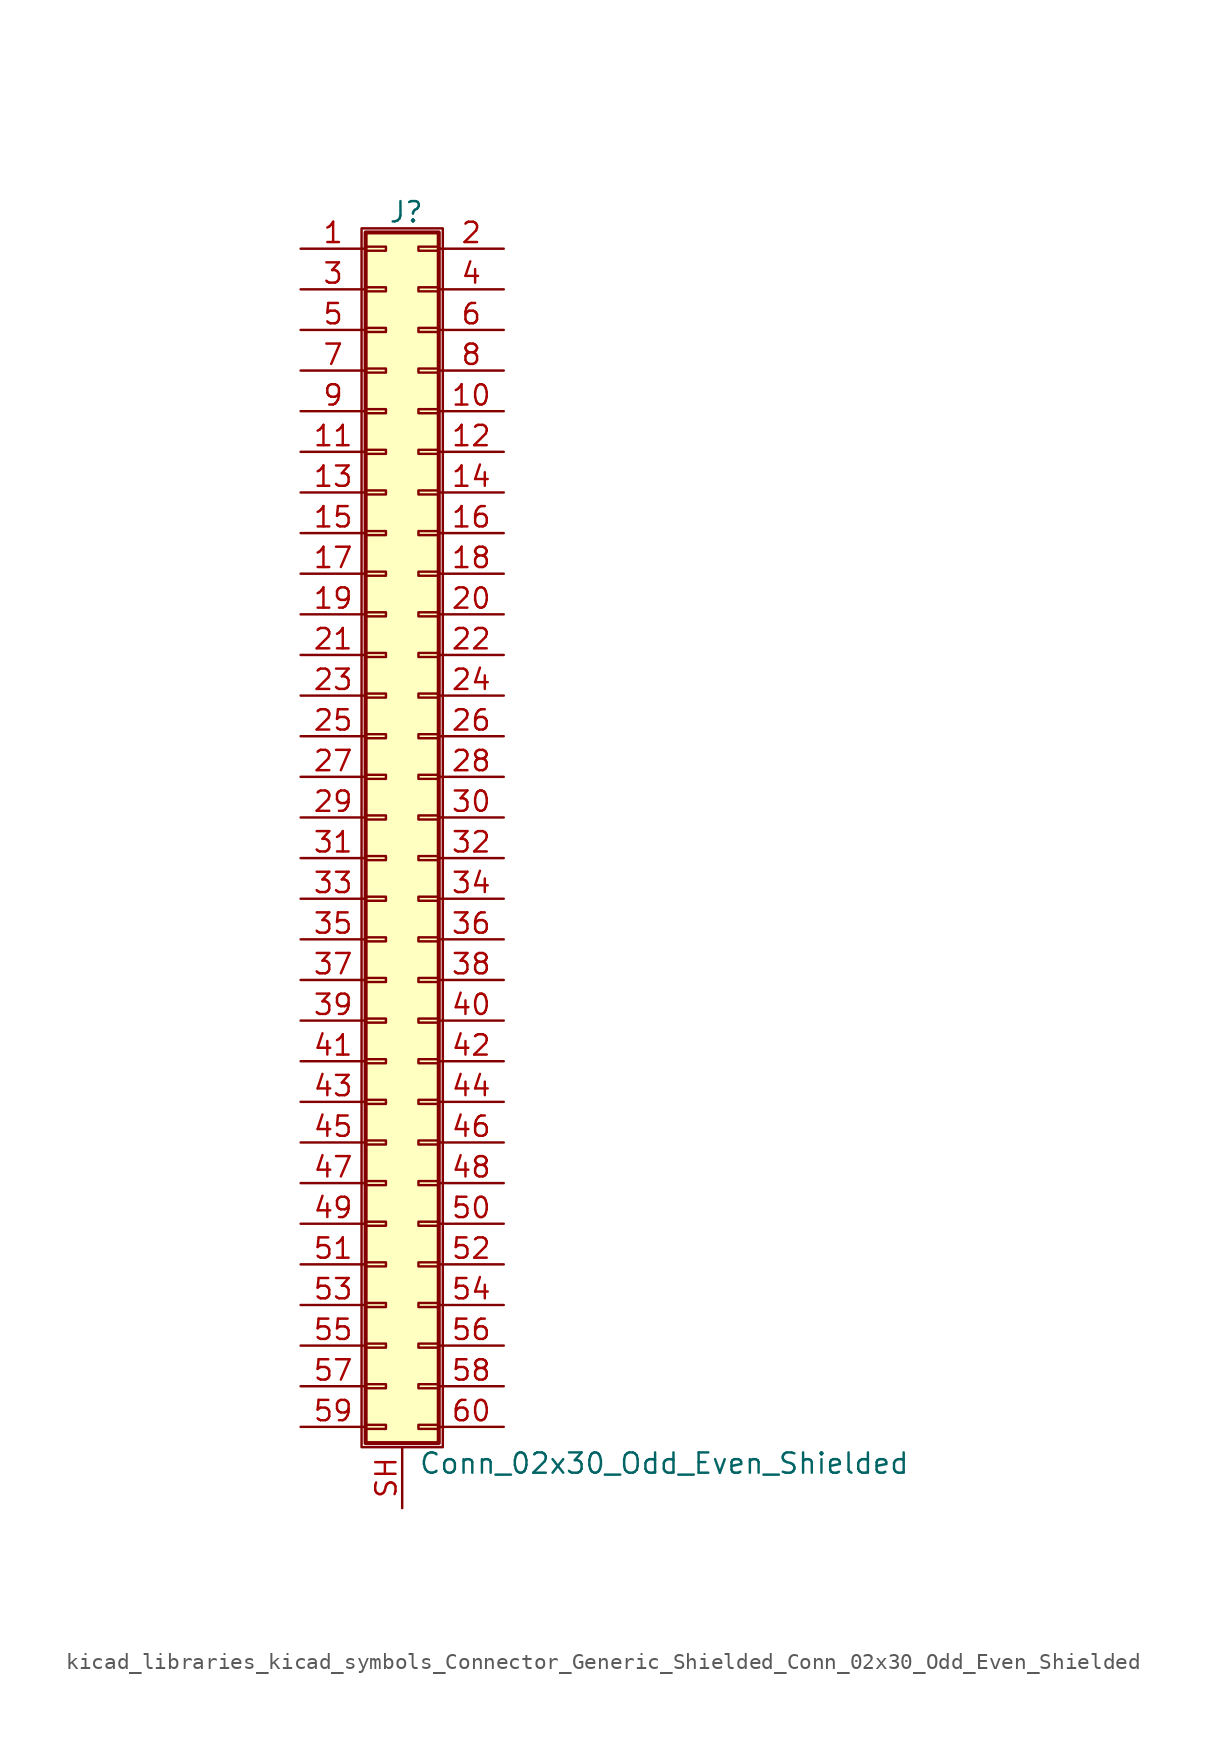
<source format=kicad_sym>
(kicad_symbol_lib
  (version 20220914)
  (generator kicad_symbol_editor)
  (symbol "kicad_libraries_kicad_symbols_Connector_Generic_Shielded_Conn_02x30_Odd_Even_Shielded"
    (pin_names
      (offset 1.016) hide)
    (property "Reference" "J"
      (at 1.524 37.846 0)
      (effects (font (size 1.27 1.27))))
    (property "Value" "Conn_02x30_Odd_Even_Shielded"
      (at 2.286 -40.386 0)
      (effects (font (size 1.27 1.27)) (justify left)))
    (symbol "kicad_libraries_kicad_symbols_Connector_Generic_Shielded_Conn_02x30_Odd_Even_Shielded_1_1"
      (rectangle (start -1.27 36.83) (end 3.81 -39.37) (stroke (width 0.152) (type default)) (fill (type none)))
      (rectangle (start -1.016 -37.973) (end 0.254 -38.227) (stroke (width 0.152) (type default)) (fill (type none)))
      (rectangle (start -1.016 -35.433) (end 0.254 -35.687) (stroke (width 0.152) (type default)) (fill (type none)))
      (rectangle (start -1.016 -32.893) (end 0.254 -33.147) (stroke (width 0.152) (type default)) (fill (type none)))
      (rectangle (start -1.016 -30.353) (end 0.254 -30.607) (stroke (width 0.152) (type default)) (fill (type none)))
      (rectangle (start -1.016 -27.813) (end 0.254 -28.067) (stroke (width 0.152) (type default)) (fill (type none)))
      (rectangle (start -1.016 -25.273) (end 0.254 -25.527) (stroke (width 0.152) (type default)) (fill (type none)))
      (rectangle (start -1.016 -22.733) (end 0.254 -22.987) (stroke (width 0.152) (type default)) (fill (type none)))
      (rectangle (start -1.016 -20.193) (end 0.254 -20.447) (stroke (width 0.152) (type default)) (fill (type none)))
      (rectangle (start -1.016 -17.653) (end 0.254 -17.907) (stroke (width 0.152) (type default)) (fill (type none)))
      (rectangle (start -1.016 -15.113) (end 0.254 -15.367) (stroke (width 0.152) (type default)) (fill (type none)))
      (rectangle (start -1.016 -12.573) (end 0.254 -12.827) (stroke (width 0.152) (type default)) (fill (type none)))
      (rectangle (start -1.016 -10.033) (end 0.254 -10.287) (stroke (width 0.152) (type default)) (fill (type none)))
      (rectangle (start -1.016 -7.493) (end 0.254 -7.747) (stroke (width 0.152) (type default)) (fill (type none)))
      (rectangle (start -1.016 -4.953) (end 0.254 -5.207) (stroke (width 0.152) (type default)) (fill (type none)))
      (rectangle (start -1.016 -2.413) (end 0.254 -2.667) (stroke (width 0.152) (type default)) (fill (type none)))
      (rectangle (start -1.016 0.127) (end 0.254 -0.127) (stroke (width 0.152) (type default)) (fill (type none)))
      (rectangle (start -1.016 2.667) (end 0.254 2.413) (stroke (width 0.152) (type default)) (fill (type none)))
      (rectangle (start -1.016 5.207) (end 0.254 4.953) (stroke (width 0.152) (type default)) (fill (type none)))
      (rectangle (start -1.016 7.747) (end 0.254 7.493) (stroke (width 0.152) (type default)) (fill (type none)))
      (rectangle (start -1.016 10.287) (end 0.254 10.033) (stroke (width 0.152) (type default)) (fill (type none)))
      (rectangle (start -1.016 12.827) (end 0.254 12.573) (stroke (width 0.152) (type default)) (fill (type none)))
      (rectangle (start -1.016 15.367) (end 0.254 15.113) (stroke (width 0.152) (type default)) (fill (type none)))
      (rectangle (start -1.016 17.907) (end 0.254 17.653) (stroke (width 0.152) (type default)) (fill (type none)))
      (rectangle (start -1.016 20.447) (end 0.254 20.193) (stroke (width 0.152) (type default)) (fill (type none)))
      (rectangle (start -1.016 22.987) (end 0.254 22.733) (stroke (width 0.152) (type default)) (fill (type none)))
      (rectangle (start -1.016 25.527) (end 0.254 25.273) (stroke (width 0.152) (type default)) (fill (type none)))
      (rectangle (start -1.016 28.067) (end 0.254 27.813) (stroke (width 0.152) (type default)) (fill (type none)))
      (rectangle (start -1.016 30.607) (end 0.254 30.353) (stroke (width 0.152) (type default)) (fill (type none)))
      (rectangle (start -1.016 33.147) (end 0.254 32.893) (stroke (width 0.152) (type default)) (fill (type none)))
      (rectangle (start -1.016 35.687) (end 0.254 35.433) (stroke (width 0.152) (type default)) (fill (type none)))
      (rectangle (start -1.016 36.576) (end 3.556 -39.116) (stroke (width 0.254) (type default)) (fill (type background)))
      (rectangle (start 3.556 -37.973) (end 2.286 -38.227) (stroke (width 0.152) (type default)) (fill (type none)))
      (rectangle (start 3.556 -35.433) (end 2.286 -35.687) (stroke (width 0.152) (type default)) (fill (type none)))
      (rectangle (start 3.556 -32.893) (end 2.286 -33.147) (stroke (width 0.152) (type default)) (fill (type none)))
      (rectangle (start 3.556 -30.353) (end 2.286 -30.607) (stroke (width 0.152) (type default)) (fill (type none)))
      (rectangle (start 3.556 -27.813) (end 2.286 -28.067) (stroke (width 0.152) (type default)) (fill (type none)))
      (rectangle (start 3.556 -25.273) (end 2.286 -25.527) (stroke (width 0.152) (type default)) (fill (type none)))
      (rectangle (start 3.556 -22.733) (end 2.286 -22.987) (stroke (width 0.152) (type default)) (fill (type none)))
      (rectangle (start 3.556 -20.193) (end 2.286 -20.447) (stroke (width 0.152) (type default)) (fill (type none)))
      (rectangle (start 3.556 -17.653) (end 2.286 -17.907) (stroke (width 0.152) (type default)) (fill (type none)))
      (rectangle (start 3.556 -15.113) (end 2.286 -15.367) (stroke (width 0.152) (type default)) (fill (type none)))
      (rectangle (start 3.556 -12.573) (end 2.286 -12.827) (stroke (width 0.152) (type default)) (fill (type none)))
      (rectangle (start 3.556 -10.033) (end 2.286 -10.287) (stroke (width 0.152) (type default)) (fill (type none)))
      (rectangle (start 3.556 -7.493) (end 2.286 -7.747) (stroke (width 0.152) (type default)) (fill (type none)))
      (rectangle (start 3.556 -4.953) (end 2.286 -5.207) (stroke (width 0.152) (type default)) (fill (type none)))
      (rectangle (start 3.556 -2.413) (end 2.286 -2.667) (stroke (width 0.152) (type default)) (fill (type none)))
      (rectangle (start 3.556 0.127) (end 2.286 -0.127) (stroke (width 0.152) (type default)) (fill (type none)))
      (rectangle (start 3.556 2.667) (end 2.286 2.413) (stroke (width 0.152) (type default)) (fill (type none)))
      (rectangle (start 3.556 5.207) (end 2.286 4.953) (stroke (width 0.152) (type default)) (fill (type none)))
      (rectangle (start 3.556 7.747) (end 2.286 7.493) (stroke (width 0.152) (type default)) (fill (type none)))
      (rectangle (start 3.556 10.287) (end 2.286 10.033) (stroke (width 0.152) (type default)) (fill (type none)))
      (rectangle (start 3.556 12.827) (end 2.286 12.573) (stroke (width 0.152) (type default)) (fill (type none)))
      (rectangle (start 3.556 15.367) (end 2.286 15.113) (stroke (width 0.152) (type default)) (fill (type none)))
      (rectangle (start 3.556 17.907) (end 2.286 17.653) (stroke (width 0.152) (type default)) (fill (type none)))
      (rectangle (start 3.556 20.447) (end 2.286 20.193) (stroke (width 0.152) (type default)) (fill (type none)))
      (rectangle (start 3.556 22.987) (end 2.286 22.733) (stroke (width 0.152) (type default)) (fill (type none)))
      (rectangle (start 3.556 25.527) (end 2.286 25.273) (stroke (width 0.152) (type default)) (fill (type none)))
      (rectangle (start 3.556 28.067) (end 2.286 27.813) (stroke (width 0.152) (type default)) (fill (type none)))
      (rectangle (start 3.556 30.607) (end 2.286 30.353) (stroke (width 0.152) (type default)) (fill (type none)))
      (rectangle (start 3.556 33.147) (end 2.286 32.893) (stroke (width 0.152) (type default)) (fill (type none)))
      (rectangle (start 3.556 35.687) (end 2.286 35.433) (stroke (width 0.152) (type default)) (fill (type none)))
      (pin passive line (at -5.08 35.56 0) (length 4.064) (name "Pin_1" (effects (font (size 1.27 1.27)))) (number "1" (effects (font (size 1.27 1.27)))))
      (pin passive line (at 7.62 25.4 180) (length 4.064) (name "Pin_10" (effects (font (size 1.27 1.27)))) (number "10" (effects (font (size 1.27 1.27)))))
      (pin passive line (at -5.08 22.86 0) (length 4.064) (name "Pin_11" (effects (font (size 1.27 1.27)))) (number "11" (effects (font (size 1.27 1.27)))))
      (pin passive line (at 7.62 22.86 180) (length 4.064) (name "Pin_12" (effects (font (size 1.27 1.27)))) (number "12" (effects (font (size 1.27 1.27)))))
      (pin passive line (at -5.08 20.32 0) (length 4.064) (name "Pin_13" (effects (font (size 1.27 1.27)))) (number "13" (effects (font (size 1.27 1.27)))))
      (pin passive line (at 7.62 20.32 180) (length 4.064) (name "Pin_14" (effects (font (size 1.27 1.27)))) (number "14" (effects (font (size 1.27 1.27)))))
      (pin passive line (at -5.08 17.78 0) (length 4.064) (name "Pin_15" (effects (font (size 1.27 1.27)))) (number "15" (effects (font (size 1.27 1.27)))))
      (pin passive line (at 7.62 17.78 180) (length 4.064) (name "Pin_16" (effects (font (size 1.27 1.27)))) (number "16" (effects (font (size 1.27 1.27)))))
      (pin passive line (at -5.08 15.24 0) (length 4.064) (name "Pin_17" (effects (font (size 1.27 1.27)))) (number "17" (effects (font (size 1.27 1.27)))))
      (pin passive line (at 7.62 15.24 180) (length 4.064) (name "Pin_18" (effects (font (size 1.27 1.27)))) (number "18" (effects (font (size 1.27 1.27)))))
      (pin passive line (at -5.08 12.7 0) (length 4.064) (name "Pin_19" (effects (font (size 1.27 1.27)))) (number "19" (effects (font (size 1.27 1.27)))))
      (pin passive line (at 7.62 35.56 180) (length 4.064) (name "Pin_2" (effects (font (size 1.27 1.27)))) (number "2" (effects (font (size 1.27 1.27)))))
      (pin passive line (at 7.62 12.7 180) (length 4.064) (name "Pin_20" (effects (font (size 1.27 1.27)))) (number "20" (effects (font (size 1.27 1.27)))))
      (pin passive line (at -5.08 10.16 0) (length 4.064) (name "Pin_21" (effects (font (size 1.27 1.27)))) (number "21" (effects (font (size 1.27 1.27)))))
      (pin passive line (at 7.62 10.16 180) (length 4.064) (name "Pin_22" (effects (font (size 1.27 1.27)))) (number "22" (effects (font (size 1.27 1.27)))))
      (pin passive line (at -5.08 7.62 0) (length 4.064) (name "Pin_23" (effects (font (size 1.27 1.27)))) (number "23" (effects (font (size 1.27 1.27)))))
      (pin passive line (at 7.62 7.62 180) (length 4.064) (name "Pin_24" (effects (font (size 1.27 1.27)))) (number "24" (effects (font (size 1.27 1.27)))))
      (pin passive line (at -5.08 5.08 0) (length 4.064) (name "Pin_25" (effects (font (size 1.27 1.27)))) (number "25" (effects (font (size 1.27 1.27)))))
      (pin passive line (at 7.62 5.08 180) (length 4.064) (name "Pin_26" (effects (font (size 1.27 1.27)))) (number "26" (effects (font (size 1.27 1.27)))))
      (pin passive line (at -5.08 2.54 0) (length 4.064) (name "Pin_27" (effects (font (size 1.27 1.27)))) (number "27" (effects (font (size 1.27 1.27)))))
      (pin passive line (at 7.62 2.54 180) (length 4.064) (name "Pin_28" (effects (font (size 1.27 1.27)))) (number "28" (effects (font (size 1.27 1.27)))))
      (pin passive line (at -5.08 0 0) (length 4.064) (name "Pin_29" (effects (font (size 1.27 1.27)))) (number "29" (effects (font (size 1.27 1.27)))))
      (pin passive line (at -5.08 33.02 0) (length 4.064) (name "Pin_3" (effects (font (size 1.27 1.27)))) (number "3" (effects (font (size 1.27 1.27)))))
      (pin passive line (at 7.62 0 180) (length 4.064) (name "Pin_30" (effects (font (size 1.27 1.27)))) (number "30" (effects (font (size 1.27 1.27)))))
      (pin passive line (at -5.08 -2.54 0) (length 4.064) (name "Pin_31" (effects (font (size 1.27 1.27)))) (number "31" (effects (font (size 1.27 1.27)))))
      (pin passive line (at 7.62 -2.54 180) (length 4.064) (name "Pin_32" (effects (font (size 1.27 1.27)))) (number "32" (effects (font (size 1.27 1.27)))))
      (pin passive line (at -5.08 -5.08 0) (length 4.064) (name "Pin_33" (effects (font (size 1.27 1.27)))) (number "33" (effects (font (size 1.27 1.27)))))
      (pin passive line (at 7.62 -5.08 180) (length 4.064) (name "Pin_34" (effects (font (size 1.27 1.27)))) (number "34" (effects (font (size 1.27 1.27)))))
      (pin passive line (at -5.08 -7.62 0) (length 4.064) (name "Pin_35" (effects (font (size 1.27 1.27)))) (number "35" (effects (font (size 1.27 1.27)))))
      (pin passive line (at 7.62 -7.62 180) (length 4.064) (name "Pin_36" (effects (font (size 1.27 1.27)))) (number "36" (effects (font (size 1.27 1.27)))))
      (pin passive line (at -5.08 -10.16 0) (length 4.064) (name "Pin_37" (effects (font (size 1.27 1.27)))) (number "37" (effects (font (size 1.27 1.27)))))
      (pin passive line (at 7.62 -10.16 180) (length 4.064) (name "Pin_38" (effects (font (size 1.27 1.27)))) (number "38" (effects (font (size 1.27 1.27)))))
      (pin passive line (at -5.08 -12.7 0) (length 4.064) (name "Pin_39" (effects (font (size 1.27 1.27)))) (number "39" (effects (font (size 1.27 1.27)))))
      (pin passive line (at 7.62 33.02 180) (length 4.064) (name "Pin_4" (effects (font (size 1.27 1.27)))) (number "4" (effects (font (size 1.27 1.27)))))
      (pin passive line (at 7.62 -12.7 180) (length 4.064) (name "Pin_40" (effects (font (size 1.27 1.27)))) (number "40" (effects (font (size 1.27 1.27)))))
      (pin passive line (at -5.08 -15.24 0) (length 4.064) (name "Pin_41" (effects (font (size 1.27 1.27)))) (number "41" (effects (font (size 1.27 1.27)))))
      (pin passive line (at 7.62 -15.24 180) (length 4.064) (name "Pin_42" (effects (font (size 1.27 1.27)))) (number "42" (effects (font (size 1.27 1.27)))))
      (pin passive line (at -5.08 -17.78 0) (length 4.064) (name "Pin_43" (effects (font (size 1.27 1.27)))) (number "43" (effects (font (size 1.27 1.27)))))
      (pin passive line (at 7.62 -17.78 180) (length 4.064) (name "Pin_44" (effects (font (size 1.27 1.27)))) (number "44" (effects (font (size 1.27 1.27)))))
      (pin passive line (at -5.08 -20.32 0) (length 4.064) (name "Pin_45" (effects (font (size 1.27 1.27)))) (number "45" (effects (font (size 1.27 1.27)))))
      (pin passive line (at 7.62 -20.32 180) (length 4.064) (name "Pin_46" (effects (font (size 1.27 1.27)))) (number "46" (effects (font (size 1.27 1.27)))))
      (pin passive line (at -5.08 -22.86 0) (length 4.064) (name "Pin_47" (effects (font (size 1.27 1.27)))) (number "47" (effects (font (size 1.27 1.27)))))
      (pin passive line (at 7.62 -22.86 180) (length 4.064) (name "Pin_48" (effects (font (size 1.27 1.27)))) (number "48" (effects (font (size 1.27 1.27)))))
      (pin passive line (at -5.08 -25.4 0) (length 4.064) (name "Pin_49" (effects (font (size 1.27 1.27)))) (number "49" (effects (font (size 1.27 1.27)))))
      (pin passive line (at -5.08 30.48 0) (length 4.064) (name "Pin_5" (effects (font (size 1.27 1.27)))) (number "5" (effects (font (size 1.27 1.27)))))
      (pin passive line (at 7.62 -25.4 180) (length 4.064) (name "Pin_50" (effects (font (size 1.27 1.27)))) (number "50" (effects (font (size 1.27 1.27)))))
      (pin passive line (at -5.08 -27.94 0) (length 4.064) (name "Pin_51" (effects (font (size 1.27 1.27)))) (number "51" (effects (font (size 1.27 1.27)))))
      (pin passive line (at 7.62 -27.94 180) (length 4.064) (name "Pin_52" (effects (font (size 1.27 1.27)))) (number "52" (effects (font (size 1.27 1.27)))))
      (pin passive line (at -5.08 -30.48 0) (length 4.064) (name "Pin_53" (effects (font (size 1.27 1.27)))) (number "53" (effects (font (size 1.27 1.27)))))
      (pin passive line (at 7.62 -30.48 180) (length 4.064) (name "Pin_54" (effects (font (size 1.27 1.27)))) (number "54" (effects (font (size 1.27 1.27)))))
      (pin passive line (at -5.08 -33.02 0) (length 4.064) (name "Pin_55" (effects (font (size 1.27 1.27)))) (number "55" (effects (font (size 1.27 1.27)))))
      (pin passive line (at 7.62 -33.02 180) (length 4.064) (name "Pin_56" (effects (font (size 1.27 1.27)))) (number "56" (effects (font (size 1.27 1.27)))))
      (pin passive line (at -5.08 -35.56 0) (length 4.064) (name "Pin_57" (effects (font (size 1.27 1.27)))) (number "57" (effects (font (size 1.27 1.27)))))
      (pin passive line (at 7.62 -35.56 180) (length 4.064) (name "Pin_58" (effects (font (size 1.27 1.27)))) (number "58" (effects (font (size 1.27 1.27)))))
      (pin passive line (at -5.08 -38.1 0) (length 4.064) (name "Pin_59" (effects (font (size 1.27 1.27)))) (number "59" (effects (font (size 1.27 1.27)))))
      (pin passive line (at 7.62 30.48 180) (length 4.064) (name "Pin_6" (effects (font (size 1.27 1.27)))) (number "6" (effects (font (size 1.27 1.27)))))
      (pin passive line (at 7.62 -38.1 180) (length 4.064) (name "Pin_60" (effects (font (size 1.27 1.27)))) (number "60" (effects (font (size 1.27 1.27)))))
      (pin passive line (at -5.08 27.94 0) (length 4.064) (name "Pin_7" (effects (font (size 1.27 1.27)))) (number "7" (effects (font (size 1.27 1.27)))))
      (pin passive line (at 7.62 27.94 180) (length 4.064) (name "Pin_8" (effects (font (size 1.27 1.27)))) (number "8" (effects (font (size 1.27 1.27)))))
      (pin passive line (at -5.08 25.4 0) (length 4.064) (name "Pin_9" (effects (font (size 1.27 1.27)))) (number "9" (effects (font (size 1.27 1.27)))))
      (pin passive line (at 1.27 -43.18 90) (length 3.81) (name "Shield" (effects (font (size 1.27 1.27)))) (number "SH" (effects (font (size 1.27 1.27))))))))
</source>
